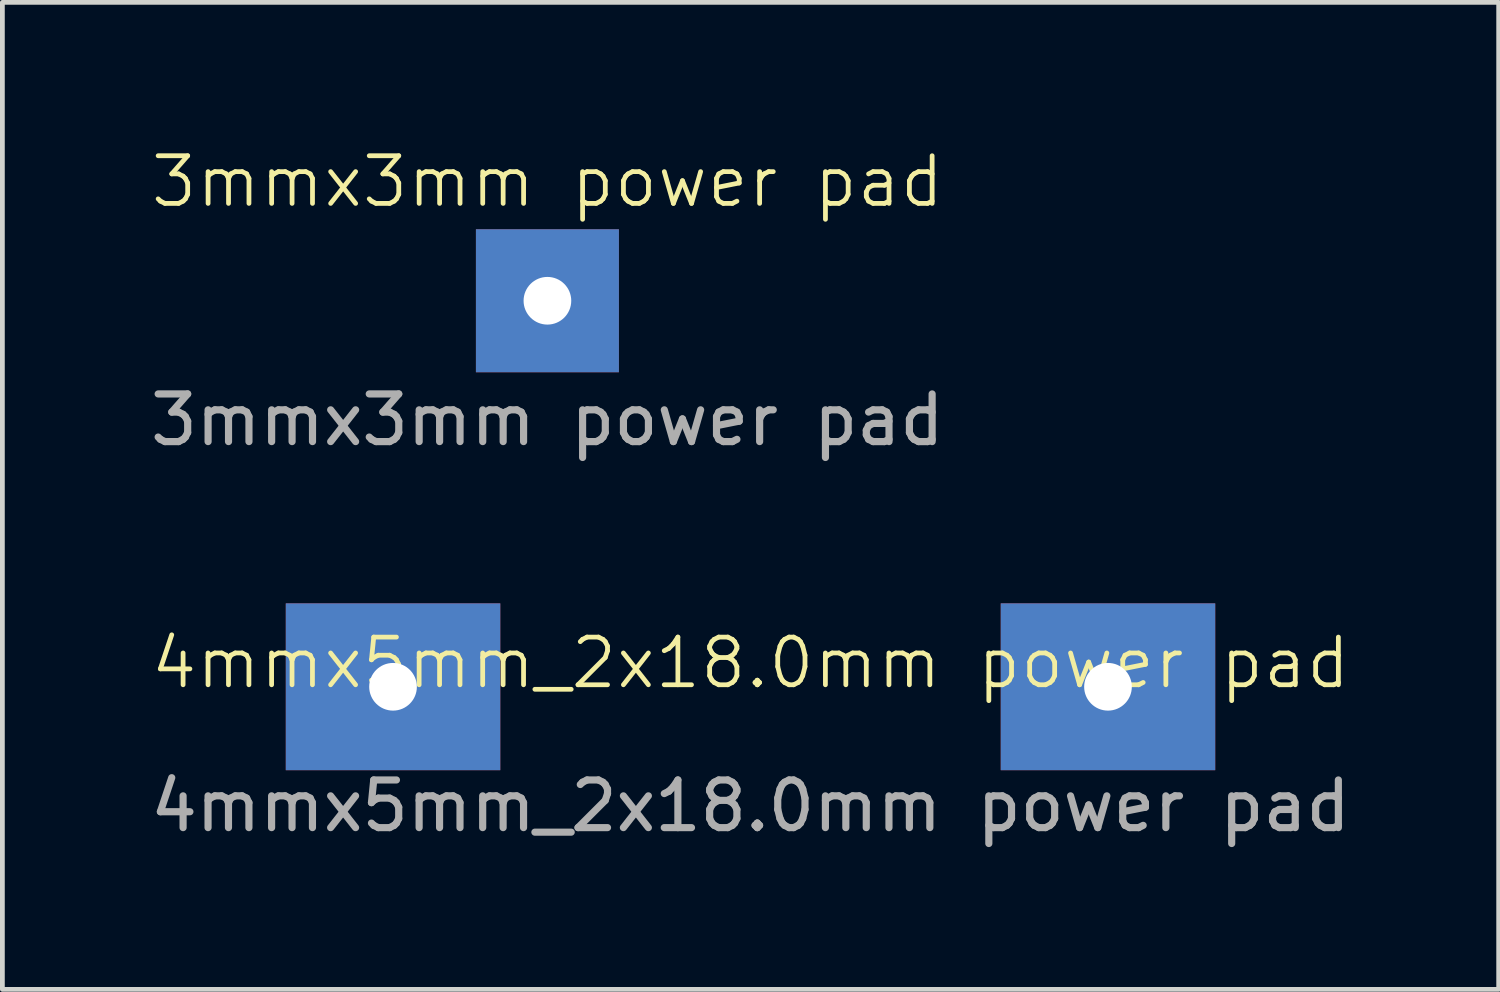
<source format=kicad_pcb>
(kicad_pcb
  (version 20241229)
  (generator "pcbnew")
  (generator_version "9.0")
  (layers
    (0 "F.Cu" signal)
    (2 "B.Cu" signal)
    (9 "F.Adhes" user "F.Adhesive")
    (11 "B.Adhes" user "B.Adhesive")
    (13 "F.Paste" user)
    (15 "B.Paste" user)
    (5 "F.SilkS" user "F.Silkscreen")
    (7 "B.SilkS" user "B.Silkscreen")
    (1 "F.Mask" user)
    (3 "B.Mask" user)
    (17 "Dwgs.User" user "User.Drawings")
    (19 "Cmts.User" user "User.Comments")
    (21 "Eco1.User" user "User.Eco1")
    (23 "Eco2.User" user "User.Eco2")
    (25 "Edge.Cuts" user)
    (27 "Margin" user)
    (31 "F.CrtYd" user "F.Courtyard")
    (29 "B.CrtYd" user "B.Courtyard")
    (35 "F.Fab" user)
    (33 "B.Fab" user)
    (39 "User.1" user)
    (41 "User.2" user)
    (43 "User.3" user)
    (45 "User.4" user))
  (footprint "3mmx3mm power pad"
    (layer "F.Cu")
    (at 8.435 3.26)
    (property "Reference" "3mmx3mm power pad" (at 0 -2.5 0) (unlocked yes) (layer "F.SilkS") (effects (font (size 1 1) (thickness 0.1))))
    (attr through_hole)
    (fp_text user "${REFERENCE}" (at 0 2.5 0) (unlocked yes) (layer "F.Fab") (effects (font (size 1 1) (thickness 0.15))))
    (pad "1" thru_hole rect (at 0 0) (size 3 3) (drill 1) (layers "*.Cu" "*.Mask")))
  (footprint "4mmx5mm_2x18.0mm power pad"
    (layer "F.Cu")
    (at 12.696 11.359)
    (property "Reference" "4mmx5mm_2x18.0mm power pad" (at 0 -0.5 0) (unlocked yes) (layer "F.SilkS") (effects (font (size 1 1) (thickness 0.1))))
    (attr through_hole)
    (fp_text user "${REFERENCE}" (at 0 2.5 0) (unlocked yes) (layer "F.Fab") (effects (font (size 1 1) (thickness 0.15))))
    (pad "1" thru_hole rect (at -7.5 0) (size 4.5 3.5) (drill 1) (layers "*.Cu" "*.Mask"))
    (pad "2" thru_hole rect (at 7.5 0) (size 4.5 3.5) (drill 1) (layers "*.Cu" "*.Mask")))
  (gr_rect
    (start -3 -3)
    (end 28.393 17.707)
    (stroke (width 0.1) (type default))
    (fill no)
    (layer "Edge.Cuts")))
</source>
